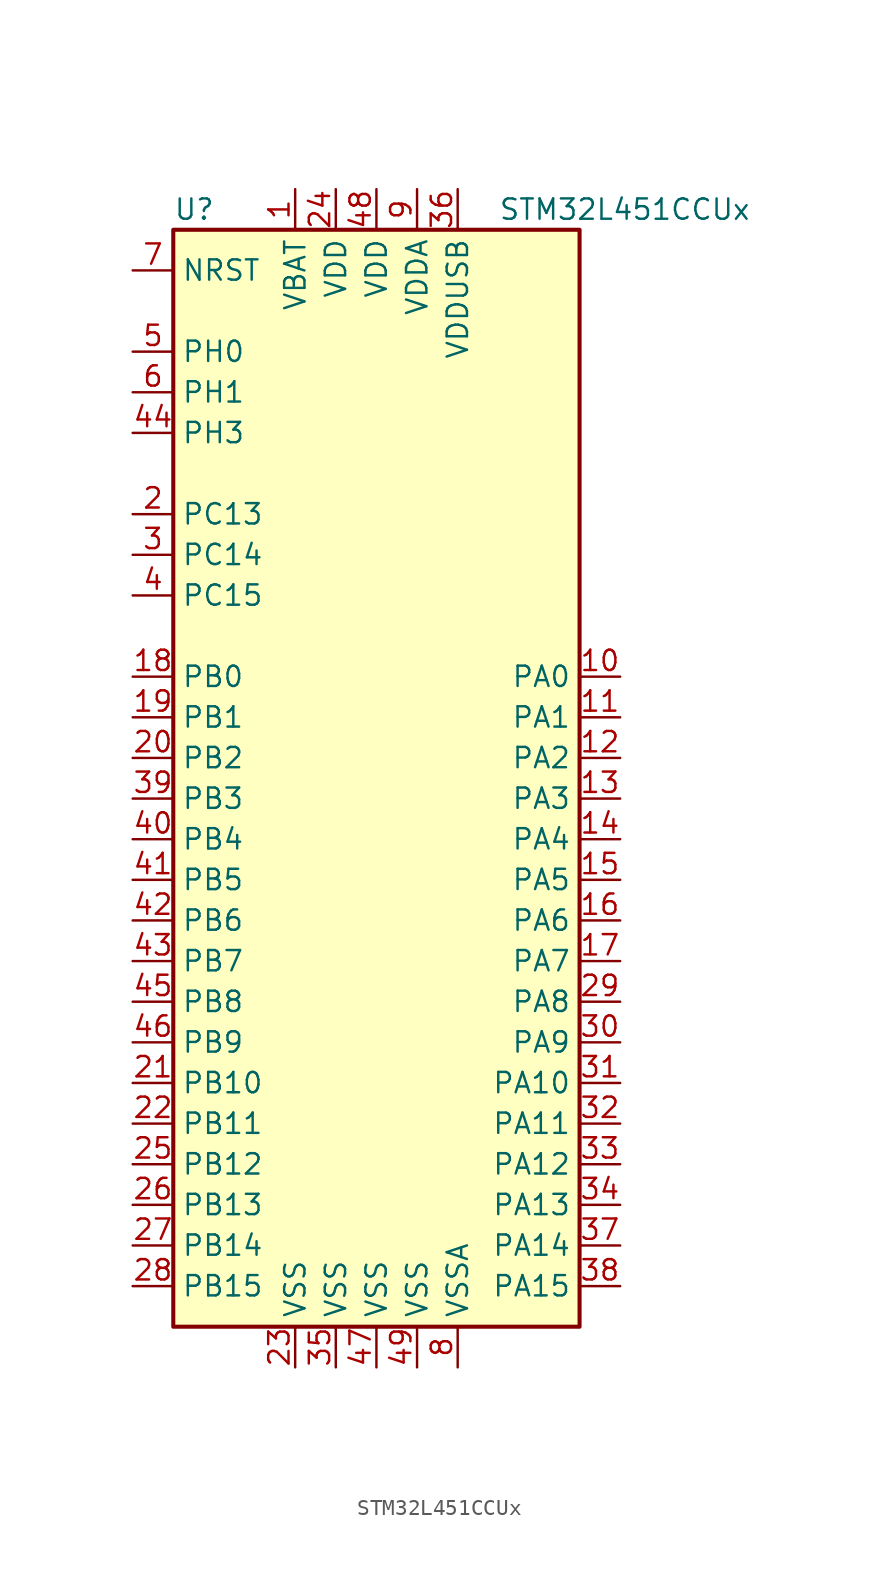
<source format=kicad_sym>
(kicad_symbol_lib
  (version 20201005)
  (generator kicad_symbol_editor)
  (symbol "STM32L451CCUx"
    (property "Reference" "U"
      (at -12.7 34.29 0)
      (effects (font (size 1.27 1.27)) (justify left)))
    (property "Value" "STM32L451CCUx"
      (at 7.62 34.29 0)
      (effects (font (size 1.27 1.27)) (justify left)))
    (symbol "STM32L451CCUx_0_1"
      (rectangle (start -12.7 -35.56) (end 12.7 33.02) (stroke (width 0.254)) (fill (type background))))
    (symbol "STM32L451CCUx_1_1"
      (pin input line (at -15.24 30.48 0) (length 2.54) (name "NRST" (effects (font (size 1.27 1.27)))) (number "7" (effects (font (size 1.27 1.27)))))
      (pin bidirectional line (at 15.24 5.08 180) (length 2.54) (name "PA0" (effects (font (size 1.27 1.27)))) (number "10" (effects (font (size 1.27 1.27)))))
      (pin bidirectional line (at 15.24 2.54 180) (length 2.54) (name "PA1" (effects (font (size 1.27 1.27)))) (number "11" (effects (font (size 1.27 1.27)))))
      (pin bidirectional line (at 15.24 -20.32 180) (length 2.54) (name "PA10" (effects (font (size 1.27 1.27)))) (number "31" (effects (font (size 1.27 1.27)))))
      (pin bidirectional line (at 15.24 -22.86 180) (length 2.54) (name "PA11" (effects (font (size 1.27 1.27)))) (number "32" (effects (font (size 1.27 1.27)))))
      (pin bidirectional line (at 15.24 -25.4 180) (length 2.54) (name "PA12" (effects (font (size 1.27 1.27)))) (number "33" (effects (font (size 1.27 1.27)))))
      (pin bidirectional line (at 15.24 -27.94 180) (length 2.54) (name "PA13" (effects (font (size 1.27 1.27)))) (number "34" (effects (font (size 1.27 1.27)))))
      (pin bidirectional line (at 15.24 -30.48 180) (length 2.54) (name "PA14" (effects (font (size 1.27 1.27)))) (number "37" (effects (font (size 1.27 1.27)))))
      (pin bidirectional line (at 15.24 -33.02 180) (length 2.54) (name "PA15" (effects (font (size 1.27 1.27)))) (number "38" (effects (font (size 1.27 1.27)))))
      (pin bidirectional line (at 15.24 0 180) (length 2.54) (name "PA2" (effects (font (size 1.27 1.27)))) (number "12" (effects (font (size 1.27 1.27)))))
      (pin bidirectional line (at 15.24 -2.54 180) (length 2.54) (name "PA3" (effects (font (size 1.27 1.27)))) (number "13" (effects (font (size 1.27 1.27)))))
      (pin bidirectional line (at 15.24 -5.08 180) (length 2.54) (name "PA4" (effects (font (size 1.27 1.27)))) (number "14" (effects (font (size 1.27 1.27)))))
      (pin bidirectional line (at 15.24 -7.62 180) (length 2.54) (name "PA5" (effects (font (size 1.27 1.27)))) (number "15" (effects (font (size 1.27 1.27)))))
      (pin bidirectional line (at 15.24 -10.16 180) (length 2.54) (name "PA6" (effects (font (size 1.27 1.27)))) (number "16" (effects (font (size 1.27 1.27)))))
      (pin bidirectional line (at 15.24 -12.7 180) (length 2.54) (name "PA7" (effects (font (size 1.27 1.27)))) (number "17" (effects (font (size 1.27 1.27)))))
      (pin bidirectional line (at 15.24 -15.24 180) (length 2.54) (name "PA8" (effects (font (size 1.27 1.27)))) (number "29" (effects (font (size 1.27 1.27)))))
      (pin bidirectional line (at 15.24 -17.78 180) (length 2.54) (name "PA9" (effects (font (size 1.27 1.27)))) (number "30" (effects (font (size 1.27 1.27)))))
      (pin bidirectional line (at -15.24 5.08 0) (length 2.54) (name "PB0" (effects (font (size 1.27 1.27)))) (number "18" (effects (font (size 1.27 1.27)))))
      (pin bidirectional line (at -15.24 2.54 0) (length 2.54) (name "PB1" (effects (font (size 1.27 1.27)))) (number "19" (effects (font (size 1.27 1.27)))))
      (pin bidirectional line (at -15.24 -20.32 0) (length 2.54) (name "PB10" (effects (font (size 1.27 1.27)))) (number "21" (effects (font (size 1.27 1.27)))))
      (pin bidirectional line (at -15.24 -22.86 0) (length 2.54) (name "PB11" (effects (font (size 1.27 1.27)))) (number "22" (effects (font (size 1.27 1.27)))))
      (pin bidirectional line (at -15.24 -25.4 0) (length 2.54) (name "PB12" (effects (font (size 1.27 1.27)))) (number "25" (effects (font (size 1.27 1.27)))))
      (pin bidirectional line (at -15.24 -27.94 0) (length 2.54) (name "PB13" (effects (font (size 1.27 1.27)))) (number "26" (effects (font (size 1.27 1.27)))))
      (pin bidirectional line (at -15.24 -30.48 0) (length 2.54) (name "PB14" (effects (font (size 1.27 1.27)))) (number "27" (effects (font (size 1.27 1.27)))))
      (pin bidirectional line (at -15.24 -33.02 0) (length 2.54) (name "PB15" (effects (font (size 1.27 1.27)))) (number "28" (effects (font (size 1.27 1.27)))))
      (pin bidirectional line (at -15.24 0 0) (length 2.54) (name "PB2" (effects (font (size 1.27 1.27)))) (number "20" (effects (font (size 1.27 1.27)))))
      (pin bidirectional line (at -15.24 -2.54 0) (length 2.54) (name "PB3" (effects (font (size 1.27 1.27)))) (number "39" (effects (font (size 1.27 1.27)))))
      (pin bidirectional line (at -15.24 -5.08 0) (length 2.54) (name "PB4" (effects (font (size 1.27 1.27)))) (number "40" (effects (font (size 1.27 1.27)))))
      (pin bidirectional line (at -15.24 -7.62 0) (length 2.54) (name "PB5" (effects (font (size 1.27 1.27)))) (number "41" (effects (font (size 1.27 1.27)))))
      (pin bidirectional line (at -15.24 -10.16 0) (length 2.54) (name "PB6" (effects (font (size 1.27 1.27)))) (number "42" (effects (font (size 1.27 1.27)))))
      (pin bidirectional line (at -15.24 -12.7 0) (length 2.54) (name "PB7" (effects (font (size 1.27 1.27)))) (number "43" (effects (font (size 1.27 1.27)))))
      (pin bidirectional line (at -15.24 -15.24 0) (length 2.54) (name "PB8" (effects (font (size 1.27 1.27)))) (number "45" (effects (font (size 1.27 1.27)))))
      (pin bidirectional line (at -15.24 -17.78 0) (length 2.54) (name "PB9" (effects (font (size 1.27 1.27)))) (number "46" (effects (font (size 1.27 1.27)))))
      (pin bidirectional line (at -15.24 15.24 0) (length 2.54) (name "PC13" (effects (font (size 1.27 1.27)))) (number "2" (effects (font (size 1.27 1.27)))))
      (pin bidirectional line (at -15.24 12.7 0) (length 2.54) (name "PC14" (effects (font (size 1.27 1.27)))) (number "3" (effects (font (size 1.27 1.27)))))
      (pin bidirectional line (at -15.24 10.16 0) (length 2.54) (name "PC15" (effects (font (size 1.27 1.27)))) (number "4" (effects (font (size 1.27 1.27)))))
      (pin input line (at -15.24 25.4 0) (length 2.54) (name "PH0" (effects (font (size 1.27 1.27)))) (number "5" (effects (font (size 1.27 1.27)))))
      (pin input line (at -15.24 22.86 0) (length 2.54) (name "PH1" (effects (font (size 1.27 1.27)))) (number "6" (effects (font (size 1.27 1.27)))))
      (pin bidirectional line (at -15.24 20.32 0) (length 2.54) (name "PH3" (effects (font (size 1.27 1.27)))) (number "44" (effects (font (size 1.27 1.27)))))
      (pin power_in line (at -5.08 35.56 270) (length 2.54) (name "VBAT" (effects (font (size 1.27 1.27)))) (number "1" (effects (font (size 1.27 1.27)))))
      (pin power_in line (at -2.54 35.56 270) (length 2.54) (name "VDD" (effects (font (size 1.27 1.27)))) (number "24" (effects (font (size 1.27 1.27)))))
      (pin power_in line (at 0 35.56 270) (length 2.54) (name "VDD" (effects (font (size 1.27 1.27)))) (number "48" (effects (font (size 1.27 1.27)))))
      (pin power_in line (at 2.54 35.56 270) (length 2.54) (name "VDDA" (effects (font (size 1.27 1.27)))) (number "9" (effects (font (size 1.27 1.27)))))
      (pin power_in line (at 5.08 35.56 270) (length 2.54) (name "VDDUSB" (effects (font (size 1.27 1.27)))) (number "36" (effects (font (size 1.27 1.27)))))
      (pin power_in line (at -5.08 -38.1 90) (length 2.54) (name "VSS" (effects (font (size 1.27 1.27)))) (number "23" (effects (font (size 1.27 1.27)))))
      (pin power_in line (at -2.54 -38.1 90) (length 2.54) (name "VSS" (effects (font (size 1.27 1.27)))) (number "35" (effects (font (size 1.27 1.27)))))
      (pin power_in line (at 0 -38.1 90) (length 2.54) (name "VSS" (effects (font (size 1.27 1.27)))) (number "47" (effects (font (size 1.27 1.27)))))
      (pin power_in line (at 2.54 -38.1 90) (length 2.54) (name "VSS" (effects (font (size 1.27 1.27)))) (number "49" (effects (font (size 1.27 1.27)))))
      (pin power_in line (at 5.08 -38.1 90) (length 2.54) (name "VSSA" (effects (font (size 1.27 1.27)))) (number "8" (effects (font (size 1.27 1.27))))))))
</source>
